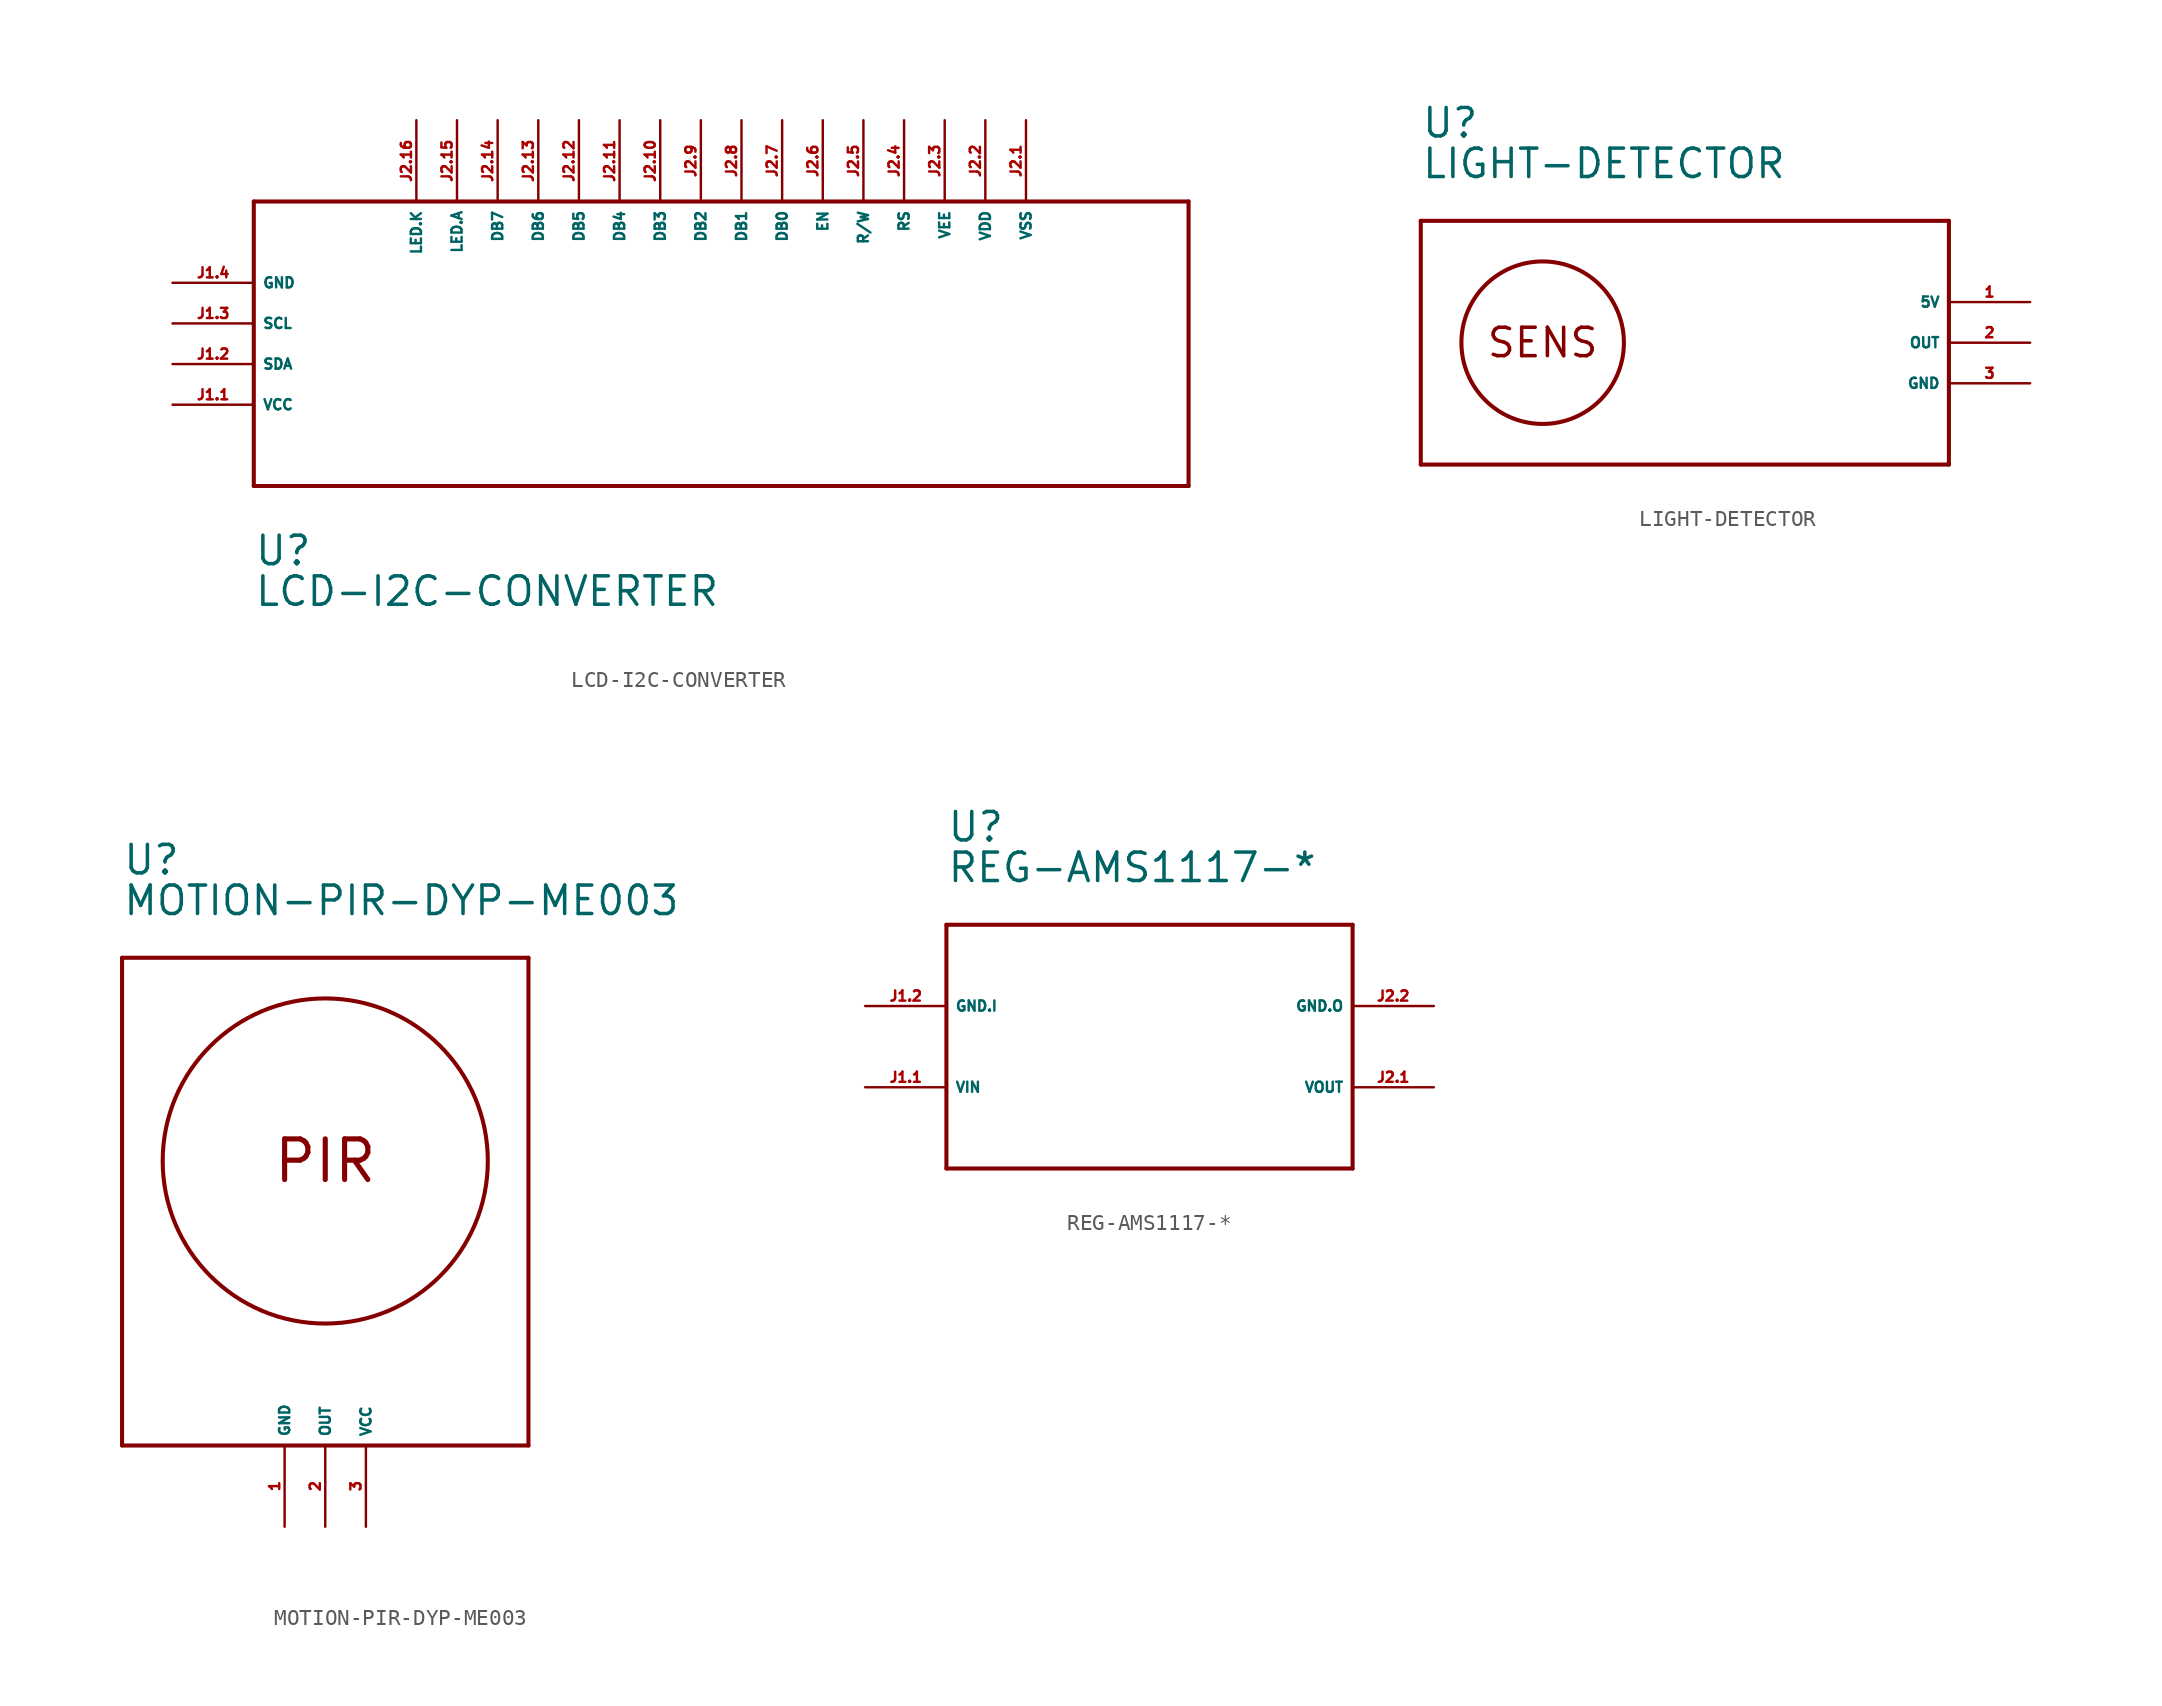
<source format=kicad_sym>
(kicad_symbol_lib
  (version 20220914)
  (generator Eagle2Kicad)
  (symbol "LCD-I2C-CONVERTER"
    (property "Reference" "U"
      (at -30.48 -12.7 0)
      (effects (font (size 1.778 1.778) (thickness 0.22)) (justify left bottom)))
    (property "Value" "LCD-I2C-CONVERTER"
      (at -30.48 -15.24 0)
      (effects (font (size 1.778 1.778) (thickness 0.22)) (justify left bottom)))
    (polyline
      (pts (xy -30.48 10.16) (xy 27.94 10.16))
      (stroke (width 0.254) (type default))
      (fill (type none)))
    (polyline
      (pts (xy 27.94 10.16) (xy 27.94 -7.62))
      (stroke (width 0.254) (type default))
      (fill (type none)))
    (polyline
      (pts (xy 27.94 -7.62) (xy -30.48 -7.62))
      (stroke (width 0.254) (type default))
      (fill (type none)))
    (polyline
      (pts (xy -30.48 -7.62) (xy -30.48 10.16))
      (stroke (width 0.254) (type default))
      (fill (type none)))
    (pin unspecified line
      (at -35.56 5.08 0)
      (length 5.08)
      (name "GND" (effects (font (size 0.635 0.635) (thickness 0.08)) (justify left bottom)))
      (number "J1.4" (effects (font (size 0.635 0.635) (thickness 0.08)) (justify left bottom))))
    (pin bidirectional line
      (at -35.56 2.54 0)
      (length 5.08)
      (name "SCL" (effects (font (size 0.635 0.635) (thickness 0.08)) (justify left bottom)))
      (number "J1.3" (effects (font (size 0.635 0.635) (thickness 0.08)) (justify left bottom))))
    (pin bidirectional line
      (at -35.56 0 0)
      (length 5.08)
      (name "SDA" (effects (font (size 0.635 0.635) (thickness 0.08)) (justify left bottom)))
      (number "J1.2" (effects (font (size 0.635 0.635) (thickness 0.08)) (justify left bottom))))
    (pin unspecified line
      (at -35.56 -2.54 0)
      (length 5.08)
      (name "VCC" (effects (font (size 0.635 0.635) (thickness 0.08)) (justify left bottom)))
      (number "J1.1" (effects (font (size 0.635 0.635) (thickness 0.08)) (justify left bottom))))
    (pin bidirectional line
      (at 17.78 15.24 270)
      (length 5.08)
      (name "VSS" (effects (font (size 0.635 0.635) (thickness 0.08)) (justify left bottom)))
      (number "J2.1" (effects (font (size 0.635 0.635) (thickness 0.08)) (justify left bottom))))
    (pin bidirectional line
      (at 15.24 15.24 270)
      (length 5.08)
      (name "VDD" (effects (font (size 0.635 0.635) (thickness 0.08)) (justify left bottom)))
      (number "J2.2" (effects (font (size 0.635 0.635) (thickness 0.08)) (justify left bottom))))
    (pin bidirectional line
      (at 12.7 15.24 270)
      (length 5.08)
      (name "VEE" (effects (font (size 0.635 0.635) (thickness 0.08)) (justify left bottom)))
      (number "J2.3" (effects (font (size 0.635 0.635) (thickness 0.08)) (justify left bottom))))
    (pin bidirectional line
      (at 10.16 15.24 270)
      (length 5.08)
      (name "RS" (effects (font (size 0.635 0.635) (thickness 0.08)) (justify left bottom)))
      (number "J2.4" (effects (font (size 0.635 0.635) (thickness 0.08)) (justify left bottom))))
    (pin bidirectional line
      (at 7.62 15.24 270)
      (length 5.08)
      (name "R/W" (effects (font (size 0.635 0.635) (thickness 0.08)) (justify left bottom)))
      (number "J2.5" (effects (font (size 0.635 0.635) (thickness 0.08)) (justify left bottom))))
    (pin bidirectional line
      (at 2.54 15.24 270)
      (length 5.08)
      (name "DB0" (effects (font (size 0.635 0.635) (thickness 0.08)) (justify left bottom)))
      (number "J2.7" (effects (font (size 0.635 0.635) (thickness 0.08)) (justify left bottom))))
    (pin bidirectional line
      (at 0 15.24 270)
      (length 5.08)
      (name "DB1" (effects (font (size 0.635 0.635) (thickness 0.08)) (justify left bottom)))
      (number "J2.8" (effects (font (size 0.635 0.635) (thickness 0.08)) (justify left bottom))))
    (pin bidirectional line
      (at -2.54 15.24 270)
      (length 5.08)
      (name "DB2" (effects (font (size 0.635 0.635) (thickness 0.08)) (justify left bottom)))
      (number "J2.9" (effects (font (size 0.635 0.635) (thickness 0.08)) (justify left bottom))))
    (pin bidirectional line
      (at -5.08 15.24 270)
      (length 5.08)
      (name "DB3" (effects (font (size 0.635 0.635) (thickness 0.08)) (justify left bottom)))
      (number "J2.10" (effects (font (size 0.635 0.635) (thickness 0.08)) (justify left bottom))))
    (pin bidirectional line
      (at -7.62 15.24 270)
      (length 5.08)
      (name "DB4" (effects (font (size 0.635 0.635) (thickness 0.08)) (justify left bottom)))
      (number "J2.11" (effects (font (size 0.635 0.635) (thickness 0.08)) (justify left bottom))))
    (pin bidirectional line
      (at -10.16 15.24 270)
      (length 5.08)
      (name "DB5" (effects (font (size 0.635 0.635) (thickness 0.08)) (justify left bottom)))
      (number "J2.12" (effects (font (size 0.635 0.635) (thickness 0.08)) (justify left bottom))))
    (pin bidirectional line
      (at -12.7 15.24 270)
      (length 5.08)
      (name "DB6" (effects (font (size 0.635 0.635) (thickness 0.08)) (justify left bottom)))
      (number "J2.13" (effects (font (size 0.635 0.635) (thickness 0.08)) (justify left bottom))))
    (pin bidirectional line
      (at -15.24 15.24 270)
      (length 5.08)
      (name "DB7" (effects (font (size 0.635 0.635) (thickness 0.08)) (justify left bottom)))
      (number "J2.14" (effects (font (size 0.635 0.635) (thickness 0.08)) (justify left bottom))))
    (pin bidirectional line
      (at -17.78 15.24 270)
      (length 5.08)
      (name "LED.A" (effects (font (size 0.635 0.635) (thickness 0.08)) (justify left bottom)))
      (number "J2.15" (effects (font (size 0.635 0.635) (thickness 0.08)) (justify left bottom))))
    (pin bidirectional line
      (at -20.32 15.24 270)
      (length 5.08)
      (name "LED.K" (effects (font (size 0.635 0.635) (thickness 0.08)) (justify left bottom)))
      (number "J2.16" (effects (font (size 0.635 0.635) (thickness 0.08)) (justify left bottom))))
    (pin bidirectional line
      (at 5.08 15.24 270)
      (length 5.08)
      (name "EN" (effects (font (size 0.635 0.635) (thickness 0.08)) (justify left bottom)))
      (number "J2.6" (effects (font (size 0.635 0.635) (thickness 0.08)) (justify left bottom)))))
  (symbol "LIGHT-DETECTOR"
    (property "Reference" "U"
      (at -17.78 12.7 0)
      (effects (font (size 1.778 1.778) (thickness 0.22)) (justify left bottom)))
    (property "Value" "LIGHT-DETECTOR"
      (at -17.78 10.16 0)
      (effects (font (size 1.778 1.778) (thickness 0.22)) (justify left bottom)))
    (polyline
      (pts (xy 15.24 7.62) (xy 15.24 -7.62))
      (stroke (width 0.254) (type default))
      (fill (type none)))
    (polyline
      (pts (xy 15.24 -7.62) (xy -17.78 -7.62))
      (stroke (width 0.254) (type default))
      (fill (type none)))
    (polyline
      (pts (xy -17.78 -7.62) (xy -17.78 7.62))
      (stroke (width 0.254) (type default))
      (fill (type none)))
    (polyline
      (pts (xy -17.78 7.62) (xy 15.24 7.62))
      (stroke (width 0.254) (type default))
      (fill (type none)))
    (text "SENS"
      (at -10.16 0 0)
      (effects (font (size 1.778 1.778) (thickness 0.22))))
    (circle
      (center -10.16 0)
      (radius 5.08)
      (stroke (width 0.254) (type default))
      (fill (type none)))
    (pin unspecified line
      (at 20.32 2.54 180)
      (length 5.08)
      (name "5V" (effects (font (size 0.635 0.635) (thickness 0.08)) (justify left bottom)))
      (number "1" (effects (font (size 0.635 0.635) (thickness 0.08)) (justify left bottom))))
    (pin bidirectional line
      (at 20.32 0 180)
      (length 5.08)
      (name "OUT" (effects (font (size 0.635 0.635) (thickness 0.08)) (justify left bottom)))
      (number "2" (effects (font (size 0.635 0.635) (thickness 0.08)) (justify left bottom))))
    (pin unspecified line
      (at 20.32 -2.54 180)
      (length 5.08)
      (name "GND" (effects (font (size 0.635 0.635) (thickness 0.08)) (justify left bottom)))
      (number "3" (effects (font (size 0.635 0.635) (thickness 0.08)) (justify left bottom)))))
  (symbol "MOTION-PIR-DYP-ME003"
    (property "Reference" "U"
      (at -12.7 20.32 0)
      (effects (font (size 1.778 1.778) (thickness 0.22)) (justify left bottom)))
    (property "Value" "MOTION-PIR-DYP-ME003"
      (at -12.7 17.78 0)
      (effects (font (size 1.778 1.778) (thickness 0.22)) (justify left bottom)))
    (polyline
      (pts (xy -12.7 15.24) (xy 12.7 15.24))
      (stroke (width 0.254) (type default))
      (fill (type none)))
    (polyline
      (pts (xy 12.7 15.24) (xy 12.7 -15.24))
      (stroke (width 0.254) (type default))
      (fill (type none)))
    (polyline
      (pts (xy 12.7 -15.24) (xy -12.7 -15.24))
      (stroke (width 0.254) (type default))
      (fill (type none)))
    (polyline
      (pts (xy -12.7 -15.24) (xy -12.7 15.24))
      (stroke (width 0.254) (type default))
      (fill (type none)))
    (text "PIR"
      (at 0 2.54 0)
      (effects (font (size 2.54 2.54) (thickness 0.32))))
    (circle
      (center 0 2.54)
      (radius 10.16)
      (stroke (width 0.254) (type default))
      (fill (type none)))
    (pin unspecified line
      (at -2.54 -20.32 90)
      (length 5.08)
      (name "GND" (effects (font (size 0.635 0.635) (thickness 0.08)) (justify left bottom)))
      (number "1" (effects (font (size 0.635 0.635) (thickness 0.08)) (justify left bottom))))
    (pin output line
      (at 0 -20.32 90)
      (length 5.08)
      (name "OUT" (effects (font (size 0.635 0.635) (thickness 0.08)) (justify left bottom)))
      (number "2" (effects (font (size 0.635 0.635) (thickness 0.08)) (justify left bottom))))
    (pin unspecified line
      (at 2.54 -20.32 90)
      (length 5.08)
      (name "VCC" (effects (font (size 0.635 0.635) (thickness 0.08)) (justify left bottom)))
      (number "3" (effects (font (size 0.635 0.635) (thickness 0.08)) (justify left bottom)))))
  (symbol "REG-AMS1117-*"
    (property "Reference" "U"
      (at -12.7 12.7 0)
      (effects (font (size 1.778 1.778) (thickness 0.22)) (justify left bottom)))
    (property "Value" "REG-AMS1117-*"
      (at -12.7 10.16 0)
      (effects (font (size 1.778 1.778) (thickness 0.22)) (justify left bottom)))
    (polyline
      (pts (xy -12.7 7.62) (xy 12.7 7.62))
      (stroke (width 0.254) (type default))
      (fill (type none)))
    (polyline
      (pts (xy 12.7 7.62) (xy 12.7 -7.62))
      (stroke (width 0.254) (type default))
      (fill (type none)))
    (polyline
      (pts (xy 12.7 -7.62) (xy -12.7 -7.62))
      (stroke (width 0.254) (type default))
      (fill (type none)))
    (polyline
      (pts (xy -12.7 -7.62) (xy -12.7 7.62))
      (stroke (width 0.254) (type default))
      (fill (type none)))
    (pin bidirectional line
      (at -17.78 -2.54 0)
      (length 5.08)
      (name "VIN" (effects (font (size 0.635 0.635) (thickness 0.08)) (justify left bottom)))
      (number "J1.1" (effects (font (size 0.635 0.635) (thickness 0.08)) (justify left bottom))))
    (pin bidirectional line
      (at -17.78 2.54 0)
      (length 5.08)
      (name "GND.I" (effects (font (size 0.635 0.635) (thickness 0.08)) (justify left bottom)))
      (number "J1.2" (effects (font (size 0.635 0.635) (thickness 0.08)) (justify left bottom))))
    (pin bidirectional line
      (at 17.78 -2.54 180)
      (length 5.08)
      (name "VOUT" (effects (font (size 0.635 0.635) (thickness 0.08)) (justify left bottom)))
      (number "J2.1" (effects (font (size 0.635 0.635) (thickness 0.08)) (justify left bottom))))
    (pin bidirectional line
      (at 17.78 2.54 180)
      (length 5.08)
      (name "GND.O" (effects (font (size 0.635 0.635) (thickness 0.08)) (justify left bottom)))
      (number "J2.2" (effects (font (size 0.635 0.635) (thickness 0.08)) (justify left bottom))))))
</source>
